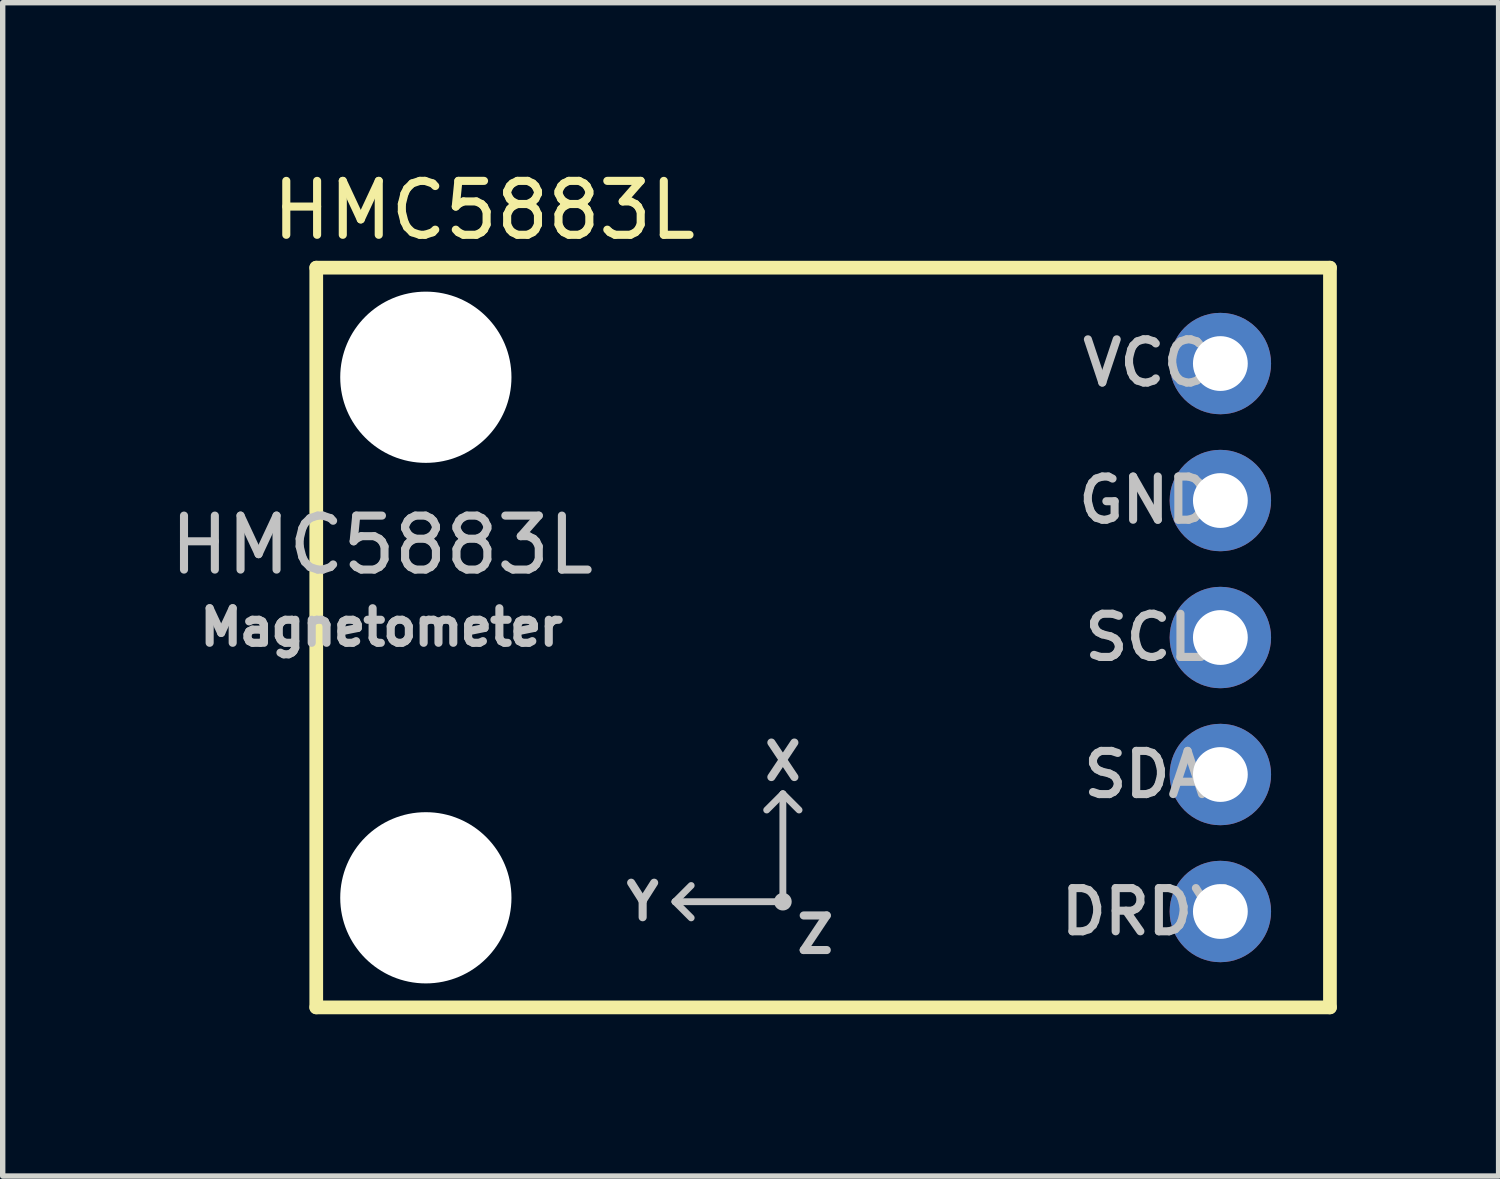
<source format=kicad_pcb>
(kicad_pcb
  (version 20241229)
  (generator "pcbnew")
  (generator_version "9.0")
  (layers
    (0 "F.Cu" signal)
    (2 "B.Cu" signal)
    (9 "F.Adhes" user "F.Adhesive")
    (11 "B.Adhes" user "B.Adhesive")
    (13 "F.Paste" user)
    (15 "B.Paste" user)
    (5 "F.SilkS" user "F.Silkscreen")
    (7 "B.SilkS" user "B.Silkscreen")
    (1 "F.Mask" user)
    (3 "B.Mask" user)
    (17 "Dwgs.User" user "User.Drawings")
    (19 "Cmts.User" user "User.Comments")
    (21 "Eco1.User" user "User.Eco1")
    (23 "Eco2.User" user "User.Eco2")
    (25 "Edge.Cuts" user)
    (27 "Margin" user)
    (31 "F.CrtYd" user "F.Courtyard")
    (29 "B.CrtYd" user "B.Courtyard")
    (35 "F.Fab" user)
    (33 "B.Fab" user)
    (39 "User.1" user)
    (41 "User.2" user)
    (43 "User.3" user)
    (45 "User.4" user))
  (footprint "HMC5883L"
    (layer "F.Cu")
    (at 12.212 8.771)
    (property "Reference" "HMC5883L" (at -6.287 -7.922 0) (layer "F.SilkS") (effects (font (size 1 1) (thickness 0.15))))
    (attr through_hole)
    (fp_line (start -9.398 -6.858) (end -9.398 6.858) (stroke (width 0.254) (type solid)) (layer "F.SilkS"))
    (fp_line (start -9.398 6.858) (end 9.398 6.858) (stroke (width 0.254) (type solid)) (layer "F.SilkS"))
    (fp_line (start 9.398 -6.858) (end -9.398 -6.858) (stroke (width 0.254) (type solid)) (layer "F.SilkS"))
    (fp_line (start 9.398 6.858) (end 9.398 -6.858) (stroke (width 0.254) (type solid)) (layer "F.SilkS"))
    (fp_line (start -2.746 4.898) (end -2.446 4.598) (stroke (width 0.127) (type solid)) (layer "Dwgs.User"))
    (fp_line (start -2.446 5.198) (end -2.746 4.898) (stroke (width 0.127) (type solid)) (layer "Dwgs.User"))
    (fp_line (start -1.046 3.198) (end -0.746 2.898) (stroke (width 0.127) (type solid)) (layer "Dwgs.User"))
    (fp_line (start -0.746 2.898) (end -0.446 3.198) (stroke (width 0.127) (type solid)) (layer "Dwgs.User"))
    (fp_line (start -0.746 4.898) (end -2.746 4.898) (stroke (width 0.127) (type solid)) (layer "Dwgs.User"))
    (fp_line (start -0.746 4.898) (end -0.746 2.898) (stroke (width 0.127) (type solid)) (layer "Dwgs.User"))
    (fp_circle (center -0.746 4.898) (end -0.646 4.898) (stroke (width 0.127) (type solid)) (fill no) (layer "Dwgs.User"))
    (fp_poly (pts (xy 7.112 5.334) (xy 7.112 4.826) (xy 7.62 4.826) (xy 7.62 5.334)) (stroke (width 0.01) (type solid)) (fill no) (layer "F.Fab"))
    (fp_poly (pts (xy 7.116 0.25) (xy 7.116 -0.249) (xy 7.625 -0.249) (xy 7.625 0.25)) (stroke (width 0.01) (type solid)) (fill no) (layer "F.Fab"))
    (fp_poly (pts (xy 7.116 2.79) (xy 7.116 2.296) (xy 7.63 2.296) (xy 7.63 2.79)) (stroke (width 0.01) (type solid)) (fill no) (layer "F.Fab"))
    (fp_poly (pts (xy 7.117 -2.291) (xy 7.117 -2.791) (xy 7.623 -2.791) (xy 7.623 -2.291)) (stroke (width 0.01) (type solid)) (fill no) (layer "F.Fab"))
    (fp_poly (pts (xy 7.119 -4.833) (xy 7.119 -5.333) (xy 7.621 -5.333) (xy 7.621 -4.833)) (stroke (width 0.01) (type solid)) (fill no) (layer "F.Fab"))
    (fp_text user "DRDY" (at 5.978 5.084 0) (layer "Dwgs.User") (effects (font (size 0.801 0.801) (thickness 0.15))))
    (fp_text user "HMC5883L" (at -8.18 -1.715 0) (layer "Dwgs.User") (effects (font (size 1.001 1.001) (thickness 0.15))))
    (fp_text user "X" (at -0.746 2.299 0) (layer "Dwgs.User") (effects (font (size 0.64 0.64) (thickness 0.15))))
    (fp_text user "VCC" (at 5.978 -5.091 0) (layer "Dwgs.User") (effects (font (size 0.801 0.801) (thickness 0.15))))
    (fp_text user "Magnetometer" (at -8.185 -0.191 0) (layer "Dwgs.User") (effects (font (size 0.641 0.641) (thickness 0.15))))
    (fp_text user "Y" (at -3.346 4.898 0) (layer "Dwgs.User") (effects (font (size 0.64 0.64) (thickness 0.15))))
    (fp_text user "SDA" (at 5.977 2.54 0) (layer "Dwgs.User") (effects (font (size 0.801 0.801) (thickness 0.15))))
    (fp_text user "SCL" (at 5.978 -0.003 0) (layer "Dwgs.User") (effects (font (size 0.801 0.801) (thickness 0.15))))
    (fp_text user "GND" (at 5.977 -2.547 0) (layer "Dwgs.User") (effects (font (size 0.801 0.801) (thickness 0.15))))
    (fp_text user "Z" (at -0.146 5.506 0) (layer "Dwgs.User") (effects (font (size 0.641 0.641) (thickness 0.15))))
    (pad "" np_thru_hole circle (at -7.366 -4.826) (size 3.175 3.175) (drill 3.175) (layers "*.Cu" "*.Mask"))
    (pad "" np_thru_hole circle (at -7.366 4.826) (size 3.175 3.175) (drill 3.175) (layers "*.Cu" "*.Mask"))
    (pad "1" thru_hole circle (at 7.366 -5.08) (size 1.88 1.88) (drill 1.016) (layers "*.Cu" "*.Mask"))
    (pad "2" thru_hole circle (at 7.366 -2.54) (size 1.88 1.88) (drill 1.016) (layers "*.Cu" "*.Mask"))
    (pad "3" thru_hole circle (at 7.366 0) (size 1.88 1.88) (drill 1.016) (layers "*.Cu" "*.Mask"))
    (pad "4" thru_hole circle (at 7.366 2.54) (size 1.88 1.88) (drill 1.016) (layers "*.Cu" "*.Mask"))
    (pad "5" thru_hole circle (at 7.366 5.08) (size 1.88 1.88) (drill 1.016) (layers "*.Cu" "*.Mask")))
  (gr_rect
    (start -3 -3)
    (end 24.737 18.756)
    (stroke (width 0.1) (type default))
    (fill no)
    (layer "Edge.Cuts")))
</source>
